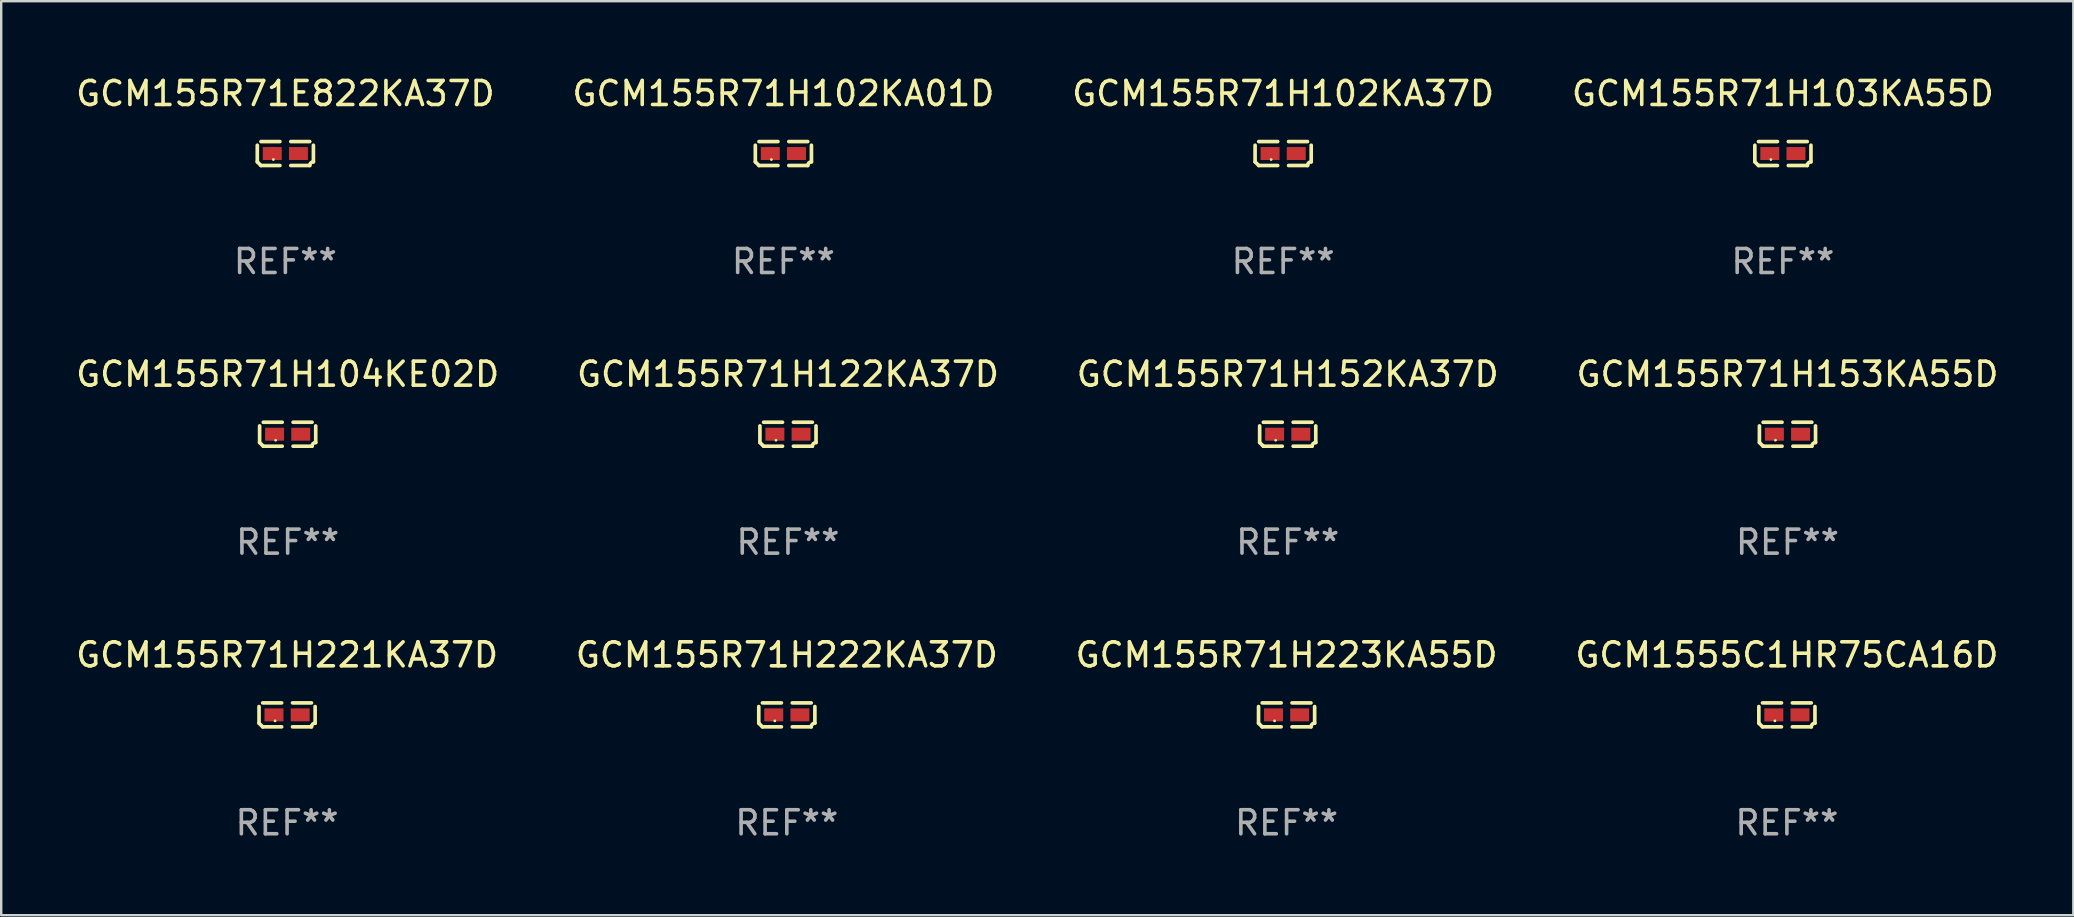
<source format=kicad_pcb>
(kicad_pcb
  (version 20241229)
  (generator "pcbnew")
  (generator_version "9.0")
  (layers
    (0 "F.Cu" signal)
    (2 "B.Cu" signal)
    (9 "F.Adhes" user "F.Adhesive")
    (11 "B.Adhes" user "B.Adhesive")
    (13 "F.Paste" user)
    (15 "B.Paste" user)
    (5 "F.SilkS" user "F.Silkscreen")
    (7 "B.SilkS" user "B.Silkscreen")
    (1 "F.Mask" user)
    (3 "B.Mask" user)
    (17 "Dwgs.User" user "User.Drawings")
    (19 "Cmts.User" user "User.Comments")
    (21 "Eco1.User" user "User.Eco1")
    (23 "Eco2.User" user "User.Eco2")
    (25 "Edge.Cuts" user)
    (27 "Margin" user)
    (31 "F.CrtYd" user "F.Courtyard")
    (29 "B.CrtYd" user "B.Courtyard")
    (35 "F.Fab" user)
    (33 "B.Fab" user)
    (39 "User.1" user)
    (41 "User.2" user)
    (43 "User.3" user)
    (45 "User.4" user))
  (footprint "GCM155R71H122KA37D"
    (layer "F.Cu")
    (at 29.78 15.041)
    (property "Reference" "GCM155R71H122KA37D" (at 0 -2.499 0) (layer "F.SilkS") (effects (font (size 1 1) (thickness 0.15))))
    (attr through_hole)
    (fp_line (start -1.169 0.346) (end -1.169 -0.346) (stroke (width 0.152) (type solid)) (layer "F.SilkS"))
    (fp_line (start -1.016 -0.499) (end -0.226 -0.499) (stroke (width 0.152) (type solid)) (layer "F.SilkS"))
    (fp_line (start -0.226 0.499) (end -1.016 0.499) (stroke (width 0.152) (type solid)) (layer "F.SilkS"))
    (fp_line (start 0.226 0.499) (end 1.016 0.499) (stroke (width 0.152) (type solid)) (layer "F.SilkS"))
    (fp_line (start 1.016 -0.499) (end 0.226 -0.499) (stroke (width 0.152) (type solid)) (layer "F.SilkS"))
    (fp_line (start 1.169 0.346) (end 1.169 -0.346) (stroke (width 0.152) (type solid)) (layer "F.SilkS"))
    (fp_arc (start -1.016307 0.498603) (mid -1.092512 0.422405) (end -1.16871 0.3462) (stroke (width 0.1524) (type solid)) (layer "F.SilkS"))
    (fp_arc (start 1.016307 0.498603) (mid 1.060899 0.390758) (end 1.168707 0.346076) (stroke (width 0.1524) (type solid)) (layer "F.SilkS"))
    (fp_circle (center -0.5 0.25) (end -0.47 0.25) (stroke (width 0.06) (type solid)) (fill no) (layer "F.SilkS"))
    (fp_text user "REF**" (at 0 4.499 0) (layer "F.Fab") (effects (font (size 1 1) (thickness 0.15))))
    (pad "1" smd rect (at -0.545 0) (size 0.79 0.54) (layers "F.Cu" "F.Mask" "F.Paste"))
    (pad "2" smd rect (at 0.545 0) (size 0.79 0.54) (layers "F.Cu" "F.Mask" "F.Paste")))
  (footprint "GCM155R71H221KA37D"
    (layer "F.Cu")
    (at 8.911 26.734)
    (property "Reference" "GCM155R71H221KA37D" (at 0 -2.499 0) (layer "F.SilkS") (effects (font (size 1 1) (thickness 0.15))))
    (attr through_hole)
    (fp_line (start -1.169 0.346) (end -1.169 -0.346) (stroke (width 0.152) (type solid)) (layer "F.SilkS"))
    (fp_line (start -1.016 -0.499) (end -0.226 -0.499) (stroke (width 0.152) (type solid)) (layer "F.SilkS"))
    (fp_line (start -0.226 0.499) (end -1.016 0.499) (stroke (width 0.152) (type solid)) (layer "F.SilkS"))
    (fp_line (start 0.226 0.499) (end 1.016 0.499) (stroke (width 0.152) (type solid)) (layer "F.SilkS"))
    (fp_line (start 1.016 -0.499) (end 0.226 -0.499) (stroke (width 0.152) (type solid)) (layer "F.SilkS"))
    (fp_line (start 1.169 0.346) (end 1.169 -0.346) (stroke (width 0.152) (type solid)) (layer "F.SilkS"))
    (fp_arc (start -1.016307 0.498603) (mid -1.092512 0.422405) (end -1.16871 0.3462) (stroke (width 0.1524) (type solid)) (layer "F.SilkS"))
    (fp_arc (start 1.016307 0.498603) (mid 1.060899 0.390758) (end 1.168707 0.346076) (stroke (width 0.1524) (type solid)) (layer "F.SilkS"))
    (fp_circle (center -0.5 0.25) (end -0.47 0.25) (stroke (width 0.06) (type solid)) (fill no) (layer "F.SilkS"))
    (fp_text user "REF**" (at 0 4.499 0) (layer "F.Fab") (effects (font (size 1 1) (thickness 0.15))))
    (pad "1" smd rect (at -0.545 0) (size 0.79 0.54) (layers "F.Cu" "F.Mask" "F.Paste"))
    (pad "2" smd rect (at 0.545 0) (size 0.79 0.54) (layers "F.Cu" "F.Mask" "F.Paste")))
  (footprint "GCM155R71H102KA37D"
    (layer "F.Cu")
    (at 50.411 3.347)
    (property "Reference" "GCM155R71H102KA37D" (at 0 -2.499 0) (layer "F.SilkS") (effects (font (size 1 1) (thickness 0.15))))
    (attr through_hole)
    (fp_line (start -1.169 0.346) (end -1.169 -0.346) (stroke (width 0.152) (type solid)) (layer "F.SilkS"))
    (fp_line (start -1.016 -0.499) (end -0.226 -0.499) (stroke (width 0.152) (type solid)) (layer "F.SilkS"))
    (fp_line (start -0.226 0.499) (end -1.016 0.499) (stroke (width 0.152) (type solid)) (layer "F.SilkS"))
    (fp_line (start 0.226 0.499) (end 1.016 0.499) (stroke (width 0.152) (type solid)) (layer "F.SilkS"))
    (fp_line (start 1.016 -0.499) (end 0.226 -0.499) (stroke (width 0.152) (type solid)) (layer "F.SilkS"))
    (fp_line (start 1.169 0.346) (end 1.169 -0.346) (stroke (width 0.152) (type solid)) (layer "F.SilkS"))
    (fp_arc (start -1.016307 0.498603) (mid -1.092512 0.422405) (end -1.16871 0.3462) (stroke (width 0.1524) (type solid)) (layer "F.SilkS"))
    (fp_arc (start 1.016307 0.498603) (mid 1.060899 0.390758) (end 1.168707 0.346076) (stroke (width 0.1524) (type solid)) (layer "F.SilkS"))
    (fp_circle (center -0.5 0.25) (end -0.47 0.25) (stroke (width 0.06) (type solid)) (fill no) (layer "F.SilkS"))
    (fp_text user "REF**" (at 0 4.499 0) (layer "F.Fab") (effects (font (size 1 1) (thickness 0.15))))
    (pad "1" smd rect (at -0.545 0) (size 0.79 0.54) (layers "F.Cu" "F.Mask" "F.Paste"))
    (pad "2" smd rect (at 0.545 0) (size 0.79 0.54) (layers "F.Cu" "F.Mask" "F.Paste")))
  (footprint "GCM155R71H152KA37D"
    (layer "F.Cu")
    (at 50.601 15.041)
    (property "Reference" "GCM155R71H152KA37D" (at 0 -2.499 0) (layer "F.SilkS") (effects (font (size 1 1) (thickness 0.15))))
    (attr through_hole)
    (fp_line (start -1.169 0.346) (end -1.169 -0.346) (stroke (width 0.152) (type solid)) (layer "F.SilkS"))
    (fp_line (start -1.016 -0.499) (end -0.226 -0.499) (stroke (width 0.152) (type solid)) (layer "F.SilkS"))
    (fp_line (start -0.226 0.499) (end -1.016 0.499) (stroke (width 0.152) (type solid)) (layer "F.SilkS"))
    (fp_line (start 0.226 0.499) (end 1.016 0.499) (stroke (width 0.152) (type solid)) (layer "F.SilkS"))
    (fp_line (start 1.016 -0.499) (end 0.226 -0.499) (stroke (width 0.152) (type solid)) (layer "F.SilkS"))
    (fp_line (start 1.169 0.346) (end 1.169 -0.346) (stroke (width 0.152) (type solid)) (layer "F.SilkS"))
    (fp_arc (start -1.016307 0.498603) (mid -1.092512 0.422405) (end -1.16871 0.3462) (stroke (width 0.1524) (type solid)) (layer "F.SilkS"))
    (fp_arc (start 1.016307 0.498603) (mid 1.060899 0.390758) (end 1.168707 0.346076) (stroke (width 0.1524) (type solid)) (layer "F.SilkS"))
    (fp_circle (center -0.5 0.25) (end -0.47 0.25) (stroke (width 0.06) (type solid)) (fill no) (layer "F.SilkS"))
    (fp_text user "REF**" (at 0 4.499 0) (layer "F.Fab") (effects (font (size 1 1) (thickness 0.15))))
    (pad "1" smd rect (at -0.545 0) (size 0.79 0.54) (layers "F.Cu" "F.Mask" "F.Paste"))
    (pad "2" smd rect (at 0.545 0) (size 0.79 0.54) (layers "F.Cu" "F.Mask" "F.Paste")))
  (footprint "GCM155R71H223KA55D"
    (layer "F.Cu")
    (at 50.554 26.734)
    (property "Reference" "GCM155R71H223KA55D" (at 0 -2.499 0) (layer "F.SilkS") (effects (font (size 1 1) (thickness 0.15))))
    (attr through_hole)
    (fp_line (start -1.169 0.346) (end -1.169 -0.346) (stroke (width 0.152) (type solid)) (layer "F.SilkS"))
    (fp_line (start -1.016 -0.499) (end -0.226 -0.499) (stroke (width 0.152) (type solid)) (layer "F.SilkS"))
    (fp_line (start -0.226 0.499) (end -1.016 0.499) (stroke (width 0.152) (type solid)) (layer "F.SilkS"))
    (fp_line (start 0.226 0.499) (end 1.016 0.499) (stroke (width 0.152) (type solid)) (layer "F.SilkS"))
    (fp_line (start 1.016 -0.499) (end 0.226 -0.499) (stroke (width 0.152) (type solid)) (layer "F.SilkS"))
    (fp_line (start 1.169 0.346) (end 1.169 -0.346) (stroke (width 0.152) (type solid)) (layer "F.SilkS"))
    (fp_arc (start -1.016307 0.498603) (mid -1.092512 0.422405) (end -1.16871 0.3462) (stroke (width 0.1524) (type solid)) (layer "F.SilkS"))
    (fp_arc (start 1.016307 0.498603) (mid 1.060899 0.390758) (end 1.168707 0.346076) (stroke (width 0.1524) (type solid)) (layer "F.SilkS"))
    (fp_circle (center -0.5 0.25) (end -0.47 0.25) (stroke (width 0.06) (type solid)) (fill no) (layer "F.SilkS"))
    (fp_text user "REF**" (at 0 4.499 0) (layer "F.Fab") (effects (font (size 1 1) (thickness 0.15))))
    (pad "1" smd rect (at -0.545 0) (size 0.79 0.54) (layers "F.Cu" "F.Mask" "F.Paste"))
    (pad "2" smd rect (at 0.545 0) (size 0.79 0.54) (layers "F.Cu" "F.Mask" "F.Paste")))
  (footprint "GCM155R71H153KA55D"
    (layer "F.Cu")
    (at 71.423 15.041)
    (property "Reference" "GCM155R71H153KA55D" (at 0 -2.499 0) (layer "F.SilkS") (effects (font (size 1 1) (thickness 0.15))))
    (attr through_hole)
    (fp_line (start -1.169 0.346) (end -1.169 -0.346) (stroke (width 0.152) (type solid)) (layer "F.SilkS"))
    (fp_line (start -1.016 -0.499) (end -0.226 -0.499) (stroke (width 0.152) (type solid)) (layer "F.SilkS"))
    (fp_line (start -0.226 0.499) (end -1.016 0.499) (stroke (width 0.152) (type solid)) (layer "F.SilkS"))
    (fp_line (start 0.226 0.499) (end 1.016 0.499) (stroke (width 0.152) (type solid)) (layer "F.SilkS"))
    (fp_line (start 1.016 -0.499) (end 0.226 -0.499) (stroke (width 0.152) (type solid)) (layer "F.SilkS"))
    (fp_line (start 1.169 0.346) (end 1.169 -0.346) (stroke (width 0.152) (type solid)) (layer "F.SilkS"))
    (fp_arc (start -1.016307 0.498603) (mid -1.092512 0.422405) (end -1.16871 0.3462) (stroke (width 0.1524) (type solid)) (layer "F.SilkS"))
    (fp_arc (start 1.016307 0.498603) (mid 1.060899 0.390758) (end 1.168707 0.346076) (stroke (width 0.1524) (type solid)) (layer "F.SilkS"))
    (fp_circle (center -0.5 0.25) (end -0.47 0.25) (stroke (width 0.06) (type solid)) (fill no) (layer "F.SilkS"))
    (fp_text user "REF**" (at 0 4.499 0) (layer "F.Fab") (effects (font (size 1 1) (thickness 0.15))))
    (pad "1" smd rect (at -0.545 0) (size 0.79 0.54) (layers "F.Cu" "F.Mask" "F.Paste"))
    (pad "2" smd rect (at 0.545 0) (size 0.79 0.54) (layers "F.Cu" "F.Mask" "F.Paste")))
  (footprint "GCM155R71H102KA01D"
    (layer "F.Cu")
    (at 29.589 3.347)
    (property "Reference" "GCM155R71H102KA01D" (at 0 -2.499 0) (layer "F.SilkS") (effects (font (size 1 1) (thickness 0.15))))
    (attr through_hole)
    (fp_line (start -1.169 0.346) (end -1.169 -0.346) (stroke (width 0.152) (type solid)) (layer "F.SilkS"))
    (fp_line (start -1.016 -0.499) (end -0.226 -0.499) (stroke (width 0.152) (type solid)) (layer "F.SilkS"))
    (fp_line (start -0.226 0.499) (end -1.016 0.499) (stroke (width 0.152) (type solid)) (layer "F.SilkS"))
    (fp_line (start 0.226 0.499) (end 1.016 0.499) (stroke (width 0.152) (type solid)) (layer "F.SilkS"))
    (fp_line (start 1.016 -0.499) (end 0.226 -0.499) (stroke (width 0.152) (type solid)) (layer "F.SilkS"))
    (fp_line (start 1.169 0.346) (end 1.169 -0.346) (stroke (width 0.152) (type solid)) (layer "F.SilkS"))
    (fp_arc (start -1.016307 0.498603) (mid -1.092512 0.422405) (end -1.16871 0.3462) (stroke (width 0.1524) (type solid)) (layer "F.SilkS"))
    (fp_arc (start 1.016307 0.498603) (mid 1.060899 0.390758) (end 1.168707 0.346076) (stroke (width 0.1524) (type solid)) (layer "F.SilkS"))
    (fp_circle (center -0.5 0.25) (end -0.47 0.25) (stroke (width 0.06) (type solid)) (fill no) (layer "F.SilkS"))
    (fp_text user "REF**" (at 0 4.499 0) (layer "F.Fab") (effects (font (size 1 1) (thickness 0.15))))
    (pad "1" smd rect (at -0.545 0) (size 0.79 0.54) (layers "F.Cu" "F.Mask" "F.Paste"))
    (pad "2" smd rect (at 0.545 0) (size 0.79 0.54) (layers "F.Cu" "F.Mask" "F.Paste")))
  (footprint "GCM155R71H103KA55D"
    (layer "F.Cu")
    (at 71.232 3.347)
    (property "Reference" "GCM155R71H103KA55D" (at 0 -2.499 0) (layer "F.SilkS") (effects (font (size 1 1) (thickness 0.15))))
    (attr through_hole)
    (fp_line (start -1.169 0.346) (end -1.169 -0.346) (stroke (width 0.152) (type solid)) (layer "F.SilkS"))
    (fp_line (start -1.016 -0.499) (end -0.226 -0.499) (stroke (width 0.152) (type solid)) (layer "F.SilkS"))
    (fp_line (start -0.226 0.499) (end -1.016 0.499) (stroke (width 0.152) (type solid)) (layer "F.SilkS"))
    (fp_line (start 0.226 0.499) (end 1.016 0.499) (stroke (width 0.152) (type solid)) (layer "F.SilkS"))
    (fp_line (start 1.016 -0.499) (end 0.226 -0.499) (stroke (width 0.152) (type solid)) (layer "F.SilkS"))
    (fp_line (start 1.169 0.346) (end 1.169 -0.346) (stroke (width 0.152) (type solid)) (layer "F.SilkS"))
    (fp_arc (start -1.016307 0.498603) (mid -1.092512 0.422405) (end -1.16871 0.3462) (stroke (width 0.1524) (type solid)) (layer "F.SilkS"))
    (fp_arc (start 1.016307 0.498603) (mid 1.060899 0.390758) (end 1.168707 0.346076) (stroke (width 0.1524) (type solid)) (layer "F.SilkS"))
    (fp_circle (center -0.5 0.25) (end -0.47 0.25) (stroke (width 0.06) (type solid)) (fill no) (layer "F.SilkS"))
    (fp_text user "REF**" (at 0 4.499 0) (layer "F.Fab") (effects (font (size 1 1) (thickness 0.15))))
    (pad "1" smd rect (at -0.545 0) (size 0.79 0.54) (layers "F.Cu" "F.Mask" "F.Paste"))
    (pad "2" smd rect (at 0.545 0) (size 0.79 0.54) (layers "F.Cu" "F.Mask" "F.Paste")))
  (footprint "GCM155R71H222KA37D"
    (layer "F.Cu")
    (at 29.732 26.734)
    (property "Reference" "GCM155R71H222KA37D" (at 0 -2.499 0) (layer "F.SilkS") (effects (font (size 1 1) (thickness 0.15))))
    (attr through_hole)
    (fp_line (start -1.169 0.346) (end -1.169 -0.346) (stroke (width 0.152) (type solid)) (layer "F.SilkS"))
    (fp_line (start -1.016 -0.499) (end -0.226 -0.499) (stroke (width 0.152) (type solid)) (layer "F.SilkS"))
    (fp_line (start -0.226 0.499) (end -1.016 0.499) (stroke (width 0.152) (type solid)) (layer "F.SilkS"))
    (fp_line (start 0.226 0.499) (end 1.016 0.499) (stroke (width 0.152) (type solid)) (layer "F.SilkS"))
    (fp_line (start 1.016 -0.499) (end 0.226 -0.499) (stroke (width 0.152) (type solid)) (layer "F.SilkS"))
    (fp_line (start 1.169 0.346) (end 1.169 -0.346) (stroke (width 0.152) (type solid)) (layer "F.SilkS"))
    (fp_arc (start -1.016307 0.498603) (mid -1.092512 0.422405) (end -1.16871 0.3462) (stroke (width 0.1524) (type solid)) (layer "F.SilkS"))
    (fp_arc (start 1.016307 0.498603) (mid 1.060899 0.390758) (end 1.168707 0.346076) (stroke (width 0.1524) (type solid)) (layer "F.SilkS"))
    (fp_circle (center -0.5 0.25) (end -0.47 0.25) (stroke (width 0.06) (type solid)) (fill no) (layer "F.SilkS"))
    (fp_text user "REF**" (at 0 4.499 0) (layer "F.Fab") (effects (font (size 1 1) (thickness 0.15))))
    (pad "1" smd rect (at -0.545 0) (size 0.79 0.54) (layers "F.Cu" "F.Mask" "F.Paste"))
    (pad "2" smd rect (at 0.545 0) (size 0.79 0.54) (layers "F.Cu" "F.Mask" "F.Paste")))
  (footprint "GCM155R71E822KA37D"
    (layer "F.Cu")
    (at 8.839 3.347)
    (property "Reference" "GCM155R71E822KA37D" (at 0 -2.499 0) (layer "F.SilkS") (effects (font (size 1 1) (thickness 0.15))))
    (attr through_hole)
    (fp_line (start -1.169 0.346) (end -1.169 -0.346) (stroke (width 0.152) (type solid)) (layer "F.SilkS"))
    (fp_line (start -1.016 -0.499) (end -0.226 -0.499) (stroke (width 0.152) (type solid)) (layer "F.SilkS"))
    (fp_line (start -0.226 0.499) (end -1.016 0.499) (stroke (width 0.152) (type solid)) (layer "F.SilkS"))
    (fp_line (start 0.226 0.499) (end 1.016 0.499) (stroke (width 0.152) (type solid)) (layer "F.SilkS"))
    (fp_line (start 1.016 -0.499) (end 0.226 -0.499) (stroke (width 0.152) (type solid)) (layer "F.SilkS"))
    (fp_line (start 1.169 0.346) (end 1.169 -0.346) (stroke (width 0.152) (type solid)) (layer "F.SilkS"))
    (fp_arc (start -1.016307 0.498603) (mid -1.092512 0.422405) (end -1.16871 0.3462) (stroke (width 0.1524) (type solid)) (layer "F.SilkS"))
    (fp_arc (start 1.016307 0.498603) (mid 1.060899 0.390758) (end 1.168707 0.346076) (stroke (width 0.1524) (type solid)) (layer "F.SilkS"))
    (fp_circle (center -0.5 0.25) (end -0.47 0.25) (stroke (width 0.06) (type solid)) (fill no) (layer "F.SilkS"))
    (fp_text user "REF**" (at 0 4.499 0) (layer "F.Fab") (effects (font (size 1 1) (thickness 0.15))))
    (pad "1" smd rect (at -0.545 0) (size 0.79 0.54) (layers "F.Cu" "F.Mask" "F.Paste"))
    (pad "2" smd rect (at 0.545 0) (size 0.79 0.54) (layers "F.Cu" "F.Mask" "F.Paste")))
  (footprint "GCM1555C1HR75CA16D"
    (layer "F.Cu")
    (at 71.399 26.734)
    (property "Reference" "GCM1555C1HR75CA16D" (at 0 -2.499 0) (layer "F.SilkS") (effects (font (size 1 1) (thickness 0.15))))
    (attr through_hole)
    (fp_line (start -1.169 0.346) (end -1.169 -0.346) (stroke (width 0.152) (type solid)) (layer "F.SilkS"))
    (fp_line (start -1.016 -0.499) (end -0.226 -0.499) (stroke (width 0.152) (type solid)) (layer "F.SilkS"))
    (fp_line (start -0.226 0.499) (end -1.016 0.499) (stroke (width 0.152) (type solid)) (layer "F.SilkS"))
    (fp_line (start 0.226 0.499) (end 1.016 0.499) (stroke (width 0.152) (type solid)) (layer "F.SilkS"))
    (fp_line (start 1.016 -0.499) (end 0.226 -0.499) (stroke (width 0.152) (type solid)) (layer "F.SilkS"))
    (fp_line (start 1.169 0.346) (end 1.169 -0.346) (stroke (width 0.152) (type solid)) (layer "F.SilkS"))
    (fp_arc (start -1.016307 0.498603) (mid -1.092512 0.422405) (end -1.16871 0.3462) (stroke (width 0.1524) (type solid)) (layer "F.SilkS"))
    (fp_arc (start 1.016307 0.498603) (mid 1.060899 0.390758) (end 1.168707 0.346076) (stroke (width 0.1524) (type solid)) (layer "F.SilkS"))
    (fp_circle (center -0.5 0.25) (end -0.47 0.25) (stroke (width 0.06) (type solid)) (fill no) (layer "F.SilkS"))
    (fp_text user "REF**" (at 0 4.499 0) (layer "F.Fab") (effects (font (size 1 1) (thickness 0.15))))
    (pad "1" smd rect (at -0.545 0) (size 0.79 0.54) (layers "F.Cu" "F.Mask" "F.Paste"))
    (pad "2" smd rect (at 0.545 0) (size 0.79 0.54) (layers "F.Cu" "F.Mask" "F.Paste")))
  (footprint "GCM155R71H104KE02D"
    (layer "F.Cu")
    (at 8.935 15.041)
    (property "Reference" "GCM155R71H104KE02D" (at 0 -2.499 0) (layer "F.SilkS") (effects (font (size 1 1) (thickness 0.15))))
    (attr through_hole)
    (fp_line (start -1.169 0.346) (end -1.169 -0.346) (stroke (width 0.152) (type solid)) (layer "F.SilkS"))
    (fp_line (start -1.016 -0.499) (end -0.226 -0.499) (stroke (width 0.152) (type solid)) (layer "F.SilkS"))
    (fp_line (start -0.226 0.499) (end -1.016 0.499) (stroke (width 0.152) (type solid)) (layer "F.SilkS"))
    (fp_line (start 0.226 0.499) (end 1.016 0.499) (stroke (width 0.152) (type solid)) (layer "F.SilkS"))
    (fp_line (start 1.016 -0.499) (end 0.226 -0.499) (stroke (width 0.152) (type solid)) (layer "F.SilkS"))
    (fp_line (start 1.169 0.346) (end 1.169 -0.346) (stroke (width 0.152) (type solid)) (layer "F.SilkS"))
    (fp_arc (start -1.016307 0.498603) (mid -1.092512 0.422405) (end -1.16871 0.3462) (stroke (width 0.1524) (type solid)) (layer "F.SilkS"))
    (fp_arc (start 1.016307 0.498603) (mid 1.060899 0.390758) (end 1.168707 0.346076) (stroke (width 0.1524) (type solid)) (layer "F.SilkS"))
    (fp_circle (center -0.5 0.25) (end -0.47 0.25) (stroke (width 0.06) (type solid)) (fill no) (layer "F.SilkS"))
    (fp_text user "REF**" (at 0 4.499 0) (layer "F.Fab") (effects (font (size 1 1) (thickness 0.15))))
    (pad "1" smd rect (at -0.545 0) (size 0.79 0.54) (layers "F.Cu" "F.Mask" "F.Paste"))
    (pad "2" smd rect (at 0.545 0) (size 0.79 0.54) (layers "F.Cu" "F.Mask" "F.Paste")))
  (gr_rect
    (start -3 -3)
    (end 83.333 35.081)
    (stroke (width 0.1) (type default))
    (fill no)
    (layer "Edge.Cuts")))
</source>
